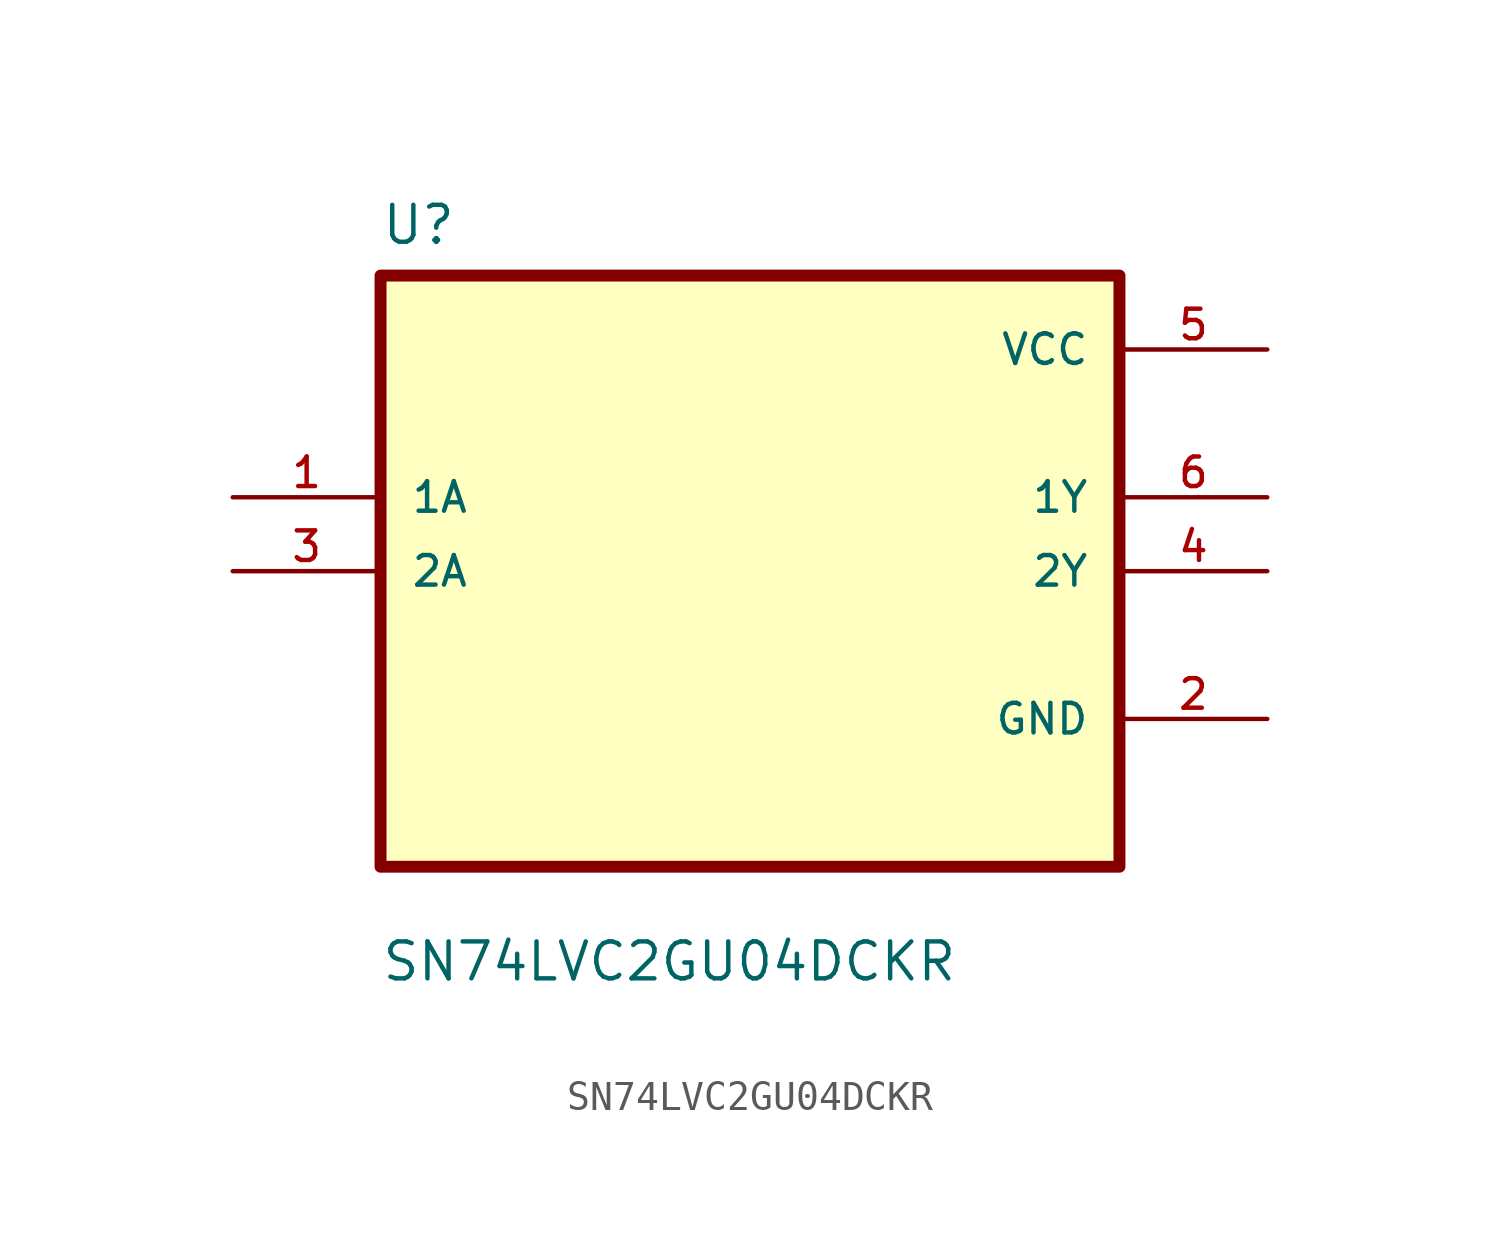
<source format=kicad_sym>
(kicad_symbol_lib
  (version 20211014)
  (generator kicad_symbol_editor)
  (symbol "SN74LVC2GU04DCKR"
    (pin_names
      (offset 1.016))
    (property "Reference" "U"
      (at -12.7 11.16 0.0)
      (effects (font (size 1.27 1.27)) (justify bottom left)))
    (property "Value" "SN74LVC2GU04DCKR"
      (at -12.7 -14.16 0.0)
      (effects (font (size 1.27 1.27)) (justify bottom left)))
    (symbol "SN74LVC2GU04DCKR_0_0"
      (rectangle (start -12.7 -10.16) (end 12.7 10.16) (stroke (width 0.41)) (fill (type background)))
      (pin input line (at -17.78 2.54 0) (length 5.08) (name "1A" (effects (font (size 1.016 1.016)))) (number "1" (effects (font (size 1.016 1.016)))))
      (pin input line (at -17.78 0.0 0) (length 5.08) (name "2A" (effects (font (size 1.016 1.016)))) (number "3" (effects (font (size 1.016 1.016)))))
      (pin power_in line (at 17.78 7.62 180.0) (length 5.08) (name "VCC" (effects (font (size 1.016 1.016)))) (number "5" (effects (font (size 1.016 1.016)))))
      (pin output line (at 17.78 2.54 180.0) (length 5.08) (name "1Y" (effects (font (size 1.016 1.016)))) (number "6" (effects (font (size 1.016 1.016)))))
      (pin output line (at 17.78 0.0 180.0) (length 5.08) (name "2Y" (effects (font (size 1.016 1.016)))) (number "4" (effects (font (size 1.016 1.016)))))
      (pin power_in line (at 17.78 -5.08 180.0) (length 5.08) (name "GND" (effects (font (size 1.016 1.016)))) (number "2" (effects (font (size 1.016 1.016))))))))
</source>
